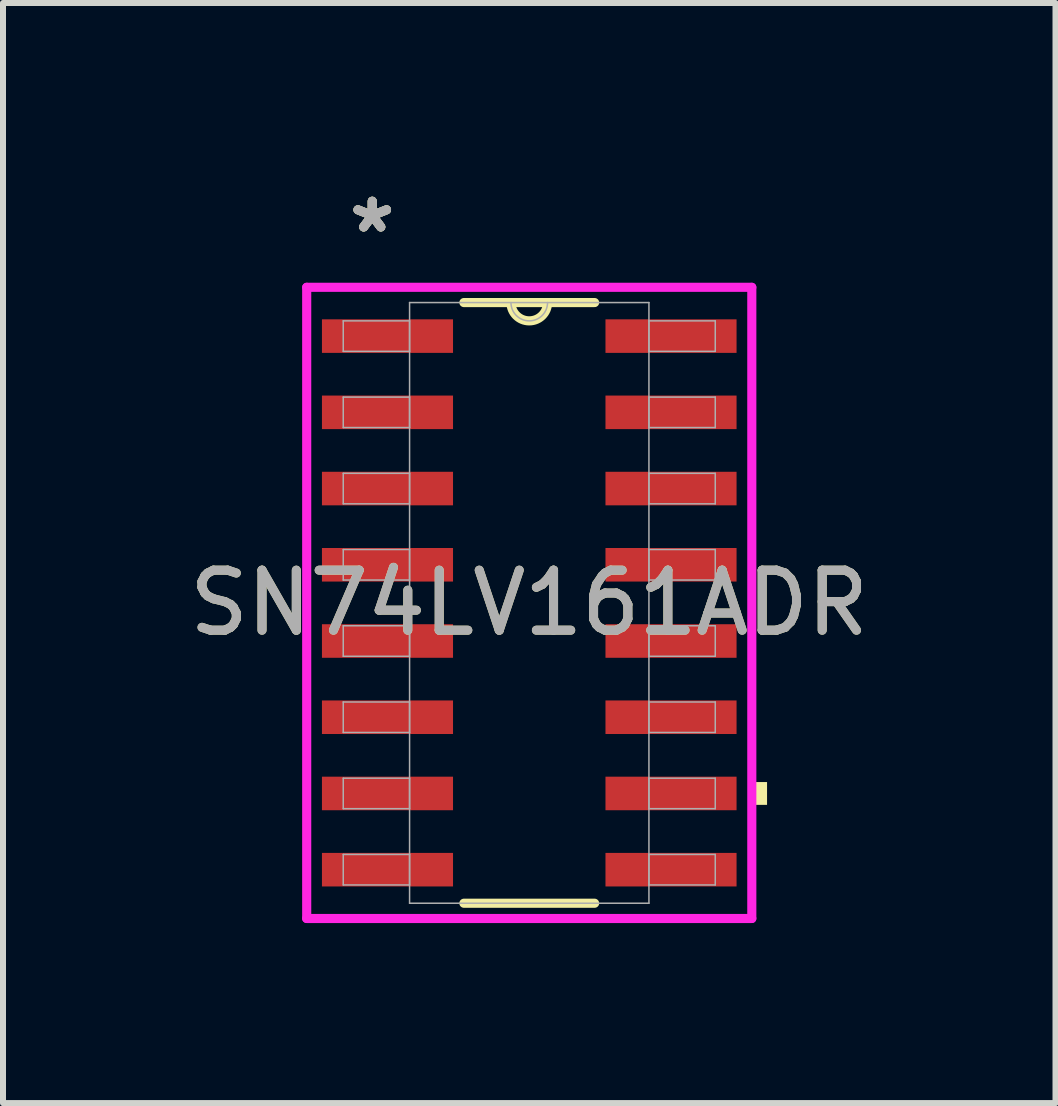
<source format=kicad_pcb>
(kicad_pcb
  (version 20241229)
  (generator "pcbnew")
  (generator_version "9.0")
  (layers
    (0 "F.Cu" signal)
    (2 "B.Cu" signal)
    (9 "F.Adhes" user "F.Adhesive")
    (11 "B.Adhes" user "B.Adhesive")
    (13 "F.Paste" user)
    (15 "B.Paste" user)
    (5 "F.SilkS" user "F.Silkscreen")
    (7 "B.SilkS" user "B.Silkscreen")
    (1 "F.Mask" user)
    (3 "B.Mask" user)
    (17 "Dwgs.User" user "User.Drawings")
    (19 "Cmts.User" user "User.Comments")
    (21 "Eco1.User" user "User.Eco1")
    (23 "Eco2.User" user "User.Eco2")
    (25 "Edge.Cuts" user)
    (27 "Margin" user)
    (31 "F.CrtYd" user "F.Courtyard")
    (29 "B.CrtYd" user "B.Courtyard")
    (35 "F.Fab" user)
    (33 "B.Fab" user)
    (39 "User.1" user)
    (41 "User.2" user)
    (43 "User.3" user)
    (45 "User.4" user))
  (footprint "SN74LV161ADR"
    (layer "F.Cu")
    (at 5.768 6.995)
    (property "Reference" "SN74LV161ADR" (at 0 0 0) (unlocked yes) (layer "F.SilkS") (effects (font (size 1 1) (thickness 0.15))))
    (attr smd)
    (fp_line (start -1.089 5.004) (end 1.089 5.004) (stroke (width 0.152) (type solid)) (layer "F.SilkS"))
    (fp_line (start 1.089 -5.004) (end -1.089 -5.004) (stroke (width 0.152) (type solid)) (layer "F.SilkS"))
    (fp_arc (start 0.3048 -5.0038) (mid 0 -4.699) (end -0.3048 -5.0038) (stroke (width 0.1524) (type solid)) (layer "F.SilkS"))
    (fp_poly (pts (xy 3.962 2.985) (xy 3.962 3.365) (xy 3.708 3.365) (xy 3.708 2.985)) (stroke (width 0) (type solid)) (fill yes) (layer "F.SilkS"))
    (fp_line (start -3.708 -5.258) (end 3.708 -5.258) (stroke (width 0.152) (type solid)) (layer "F.CrtYd"))
    (fp_line (start -3.708 5.258) (end -3.708 -5.258) (stroke (width 0.152) (type solid)) (layer "F.CrtYd"))
    (fp_line (start 3.708 -5.258) (end 3.708 5.258) (stroke (width 0.152) (type solid)) (layer "F.CrtYd"))
    (fp_line (start 3.708 5.258) (end -3.708 5.258) (stroke (width 0.152) (type solid)) (layer "F.CrtYd"))
    (fp_line (start -3.099 -4.699) (end -3.099 -4.191) (stroke (width 0.025) (type solid)) (layer "F.Fab"))
    (fp_line (start -3.099 -4.191) (end -1.994 -4.191) (stroke (width 0.025) (type solid)) (layer "F.Fab"))
    (fp_line (start -3.099 -3.429) (end -3.099 -2.921) (stroke (width 0.025) (type solid)) (layer "F.Fab"))
    (fp_line (start -3.099 -2.921) (end -1.994 -2.921) (stroke (width 0.025) (type solid)) (layer "F.Fab"))
    (fp_line (start -3.099 -2.159) (end -3.099 -1.651) (stroke (width 0.025) (type solid)) (layer "F.Fab"))
    (fp_line (start -3.099 -1.651) (end -1.994 -1.651) (stroke (width 0.025) (type solid)) (layer "F.Fab"))
    (fp_line (start -3.099 -0.889) (end -3.099 -0.381) (stroke (width 0.025) (type solid)) (layer "F.Fab"))
    (fp_line (start -3.099 -0.381) (end -1.994 -0.381) (stroke (width 0.025) (type solid)) (layer "F.Fab"))
    (fp_line (start -3.099 0.381) (end -3.099 0.889) (stroke (width 0.025) (type solid)) (layer "F.Fab"))
    (fp_line (start -3.099 0.889) (end -1.994 0.889) (stroke (width 0.025) (type solid)) (layer "F.Fab"))
    (fp_line (start -3.099 1.651) (end -3.099 2.159) (stroke (width 0.025) (type solid)) (layer "F.Fab"))
    (fp_line (start -3.099 2.159) (end -1.994 2.159) (stroke (width 0.025) (type solid)) (layer "F.Fab"))
    (fp_line (start -3.099 2.921) (end -3.099 3.429) (stroke (width 0.025) (type solid)) (layer "F.Fab"))
    (fp_line (start -3.099 3.429) (end -1.994 3.429) (stroke (width 0.025) (type solid)) (layer "F.Fab"))
    (fp_line (start -3.099 4.191) (end -3.099 4.699) (stroke (width 0.025) (type solid)) (layer "F.Fab"))
    (fp_line (start -3.099 4.699) (end -1.994 4.699) (stroke (width 0.025) (type solid)) (layer "F.Fab"))
    (fp_line (start -1.994 -5.004) (end -1.994 5.004) (stroke (width 0.025) (type solid)) (layer "F.Fab"))
    (fp_line (start -1.994 -4.699) (end -3.099 -4.699) (stroke (width 0.025) (type solid)) (layer "F.Fab"))
    (fp_line (start -1.994 -4.191) (end -1.994 -4.699) (stroke (width 0.025) (type solid)) (layer "F.Fab"))
    (fp_line (start -1.994 -3.429) (end -3.099 -3.429) (stroke (width 0.025) (type solid)) (layer "F.Fab"))
    (fp_line (start -1.994 -2.921) (end -1.994 -3.429) (stroke (width 0.025) (type solid)) (layer "F.Fab"))
    (fp_line (start -1.994 -2.159) (end -3.099 -2.159) (stroke (width 0.025) (type solid)) (layer "F.Fab"))
    (fp_line (start -1.994 -1.651) (end -1.994 -2.159) (stroke (width 0.025) (type solid)) (layer "F.Fab"))
    (fp_line (start -1.994 -0.889) (end -3.099 -0.889) (stroke (width 0.025) (type solid)) (layer "F.Fab"))
    (fp_line (start -1.994 -0.381) (end -1.994 -0.889) (stroke (width 0.025) (type solid)) (layer "F.Fab"))
    (fp_line (start -1.994 0.381) (end -3.099 0.381) (stroke (width 0.025) (type solid)) (layer "F.Fab"))
    (fp_line (start -1.994 0.889) (end -1.994 0.381) (stroke (width 0.025) (type solid)) (layer "F.Fab"))
    (fp_line (start -1.994 1.651) (end -3.099 1.651) (stroke (width 0.025) (type solid)) (layer "F.Fab"))
    (fp_line (start -1.994 2.159) (end -1.994 1.651) (stroke (width 0.025) (type solid)) (layer "F.Fab"))
    (fp_line (start -1.994 2.921) (end -3.099 2.921) (stroke (width 0.025) (type solid)) (layer "F.Fab"))
    (fp_line (start -1.994 3.429) (end -1.994 2.921) (stroke (width 0.025) (type solid)) (layer "F.Fab"))
    (fp_line (start -1.994 4.191) (end -3.099 4.191) (stroke (width 0.025) (type solid)) (layer "F.Fab"))
    (fp_line (start -1.994 4.699) (end -1.994 4.191) (stroke (width 0.025) (type solid)) (layer "F.Fab"))
    (fp_line (start -1.994 5.004) (end 1.994 5.004) (stroke (width 0.025) (type solid)) (layer "F.Fab"))
    (fp_line (start 1.994 -5.004) (end -1.994 -5.004) (stroke (width 0.025) (type solid)) (layer "F.Fab"))
    (fp_line (start 1.994 -4.699) (end 1.994 -4.191) (stroke (width 0.025) (type solid)) (layer "F.Fab"))
    (fp_line (start 1.994 -4.191) (end 3.099 -4.191) (stroke (width 0.025) (type solid)) (layer "F.Fab"))
    (fp_line (start 1.994 -3.429) (end 1.994 -2.921) (stroke (width 0.025) (type solid)) (layer "F.Fab"))
    (fp_line (start 1.994 -2.921) (end 3.099 -2.921) (stroke (width 0.025) (type solid)) (layer "F.Fab"))
    (fp_line (start 1.994 -2.159) (end 1.994 -1.651) (stroke (width 0.025) (type solid)) (layer "F.Fab"))
    (fp_line (start 1.994 -1.651) (end 3.099 -1.651) (stroke (width 0.025) (type solid)) (layer "F.Fab"))
    (fp_line (start 1.994 -0.889) (end 1.994 -0.381) (stroke (width 0.025) (type solid)) (layer "F.Fab"))
    (fp_line (start 1.994 -0.381) (end 3.099 -0.381) (stroke (width 0.025) (type solid)) (layer "F.Fab"))
    (fp_line (start 1.994 0.381) (end 1.994 0.889) (stroke (width 0.025) (type solid)) (layer "F.Fab"))
    (fp_line (start 1.994 0.889) (end 3.099 0.889) (stroke (width 0.025) (type solid)) (layer "F.Fab"))
    (fp_line (start 1.994 1.651) (end 1.994 2.159) (stroke (width 0.025) (type solid)) (layer "F.Fab"))
    (fp_line (start 1.994 2.159) (end 3.099 2.159) (stroke (width 0.025) (type solid)) (layer "F.Fab"))
    (fp_line (start 1.994 2.921) (end 1.994 3.429) (stroke (width 0.025) (type solid)) (layer "F.Fab"))
    (fp_line (start 1.994 3.429) (end 3.099 3.429) (stroke (width 0.025) (type solid)) (layer "F.Fab"))
    (fp_line (start 1.994 4.191) (end 1.994 4.699) (stroke (width 0.025) (type solid)) (layer "F.Fab"))
    (fp_line (start 1.994 4.699) (end 3.099 4.699) (stroke (width 0.025) (type solid)) (layer "F.Fab"))
    (fp_line (start 1.994 5.004) (end 1.994 -5.004) (stroke (width 0.025) (type solid)) (layer "F.Fab"))
    (fp_line (start 3.099 -4.699) (end 1.994 -4.699) (stroke (width 0.025) (type solid)) (layer "F.Fab"))
    (fp_line (start 3.099 -4.191) (end 3.099 -4.699) (stroke (width 0.025) (type solid)) (layer "F.Fab"))
    (fp_line (start 3.099 -3.429) (end 1.994 -3.429) (stroke (width 0.025) (type solid)) (layer "F.Fab"))
    (fp_line (start 3.099 -2.921) (end 3.099 -3.429) (stroke (width 0.025) (type solid)) (layer "F.Fab"))
    (fp_line (start 3.099 -2.159) (end 1.994 -2.159) (stroke (width 0.025) (type solid)) (layer "F.Fab"))
    (fp_line (start 3.099 -1.651) (end 3.099 -2.159) (stroke (width 0.025) (type solid)) (layer "F.Fab"))
    (fp_line (start 3.099 -0.889) (end 1.994 -0.889) (stroke (width 0.025) (type solid)) (layer "F.Fab"))
    (fp_line (start 3.099 -0.381) (end 3.099 -0.889) (stroke (width 0.025) (type solid)) (layer "F.Fab"))
    (fp_line (start 3.099 0.381) (end 1.994 0.381) (stroke (width 0.025) (type solid)) (layer "F.Fab"))
    (fp_line (start 3.099 0.889) (end 3.099 0.381) (stroke (width 0.025) (type solid)) (layer "F.Fab"))
    (fp_line (start 3.099 1.651) (end 1.994 1.651) (stroke (width 0.025) (type solid)) (layer "F.Fab"))
    (fp_line (start 3.099 2.159) (end 3.099 1.651) (stroke (width 0.025) (type solid)) (layer "F.Fab"))
    (fp_line (start 3.099 2.921) (end 1.994 2.921) (stroke (width 0.025) (type solid)) (layer "F.Fab"))
    (fp_line (start 3.099 3.429) (end 3.099 2.921) (stroke (width 0.025) (type solid)) (layer "F.Fab"))
    (fp_line (start 3.099 4.191) (end 1.994 4.191) (stroke (width 0.025) (type solid)) (layer "F.Fab"))
    (fp_line (start 3.099 4.699) (end 3.099 4.191) (stroke (width 0.025) (type solid)) (layer "F.Fab"))
    (fp_arc (start 0.3048 -5.0038) (mid 0 -4.699) (end -0.3048 -5.0038) (stroke (width 0.0254) (type solid)) (layer "F.Fab"))
    (fp_text user "*" (at -2.616 -6.147 0) (unlocked yes) (layer "F.SilkS") (effects (font (size 1 1) (thickness 0.15))))
    (fp_text user "*" (at -2.616 -6.147 0) (layer "F.SilkS") (effects (font (size 1 1) (thickness 0.15))))
    (fp_text user "*" (at -2.616 -6.147 0) (unlocked yes) (layer "F.Fab") (effects (font (size 1 1) (thickness 0.15))))
    (fp_text user "${REFERENCE}" (at 0 0 0) (unlocked yes) (layer "F.Fab") (effects (font (size 1 1) (thickness 0.15))))
    (fp_text user "*" (at -2.616 -6.147 0) (layer "F.Fab") (effects (font (size 1 1) (thickness 0.15))))
    (pad "1" smd rect (at -2.362 -4.445) (size 2.184 0.559) (layers "F.Cu" "F.Mask" "F.Paste"))
    (pad "2" smd rect (at -2.362 -3.175) (size 2.184 0.559) (layers "F.Cu" "F.Mask" "F.Paste"))
    (pad "3" smd rect (at -2.362 -1.905) (size 2.184 0.559) (layers "F.Cu" "F.Mask" "F.Paste"))
    (pad "4" smd rect (at -2.362 -0.635) (size 2.184 0.559) (layers "F.Cu" "F.Mask" "F.Paste"))
    (pad "5" smd rect (at -2.362 0.635) (size 2.184 0.559) (layers "F.Cu" "F.Mask" "F.Paste"))
    (pad "6" smd rect (at -2.362 1.905) (size 2.184 0.559) (layers "F.Cu" "F.Mask" "F.Paste"))
    (pad "7" smd rect (at -2.362 3.175) (size 2.184 0.559) (layers "F.Cu" "F.Mask" "F.Paste"))
    (pad "8" smd rect (at -2.362 4.445) (size 2.184 0.559) (layers "F.Cu" "F.Mask" "F.Paste"))
    (pad "9" smd rect (at 2.362 4.445) (size 2.184 0.559) (layers "F.Cu" "F.Mask" "F.Paste"))
    (pad "10" smd rect (at 2.362 3.175) (size 2.184 0.559) (layers "F.Cu" "F.Mask" "F.Paste"))
    (pad "11" smd rect (at 2.362 1.905) (size 2.184 0.559) (layers "F.Cu" "F.Mask" "F.Paste"))
    (pad "12" smd rect (at 2.362 0.635) (size 2.184 0.559) (layers "F.Cu" "F.Mask" "F.Paste"))
    (pad "13" smd rect (at 2.362 -0.635) (size 2.184 0.559) (layers "F.Cu" "F.Mask" "F.Paste"))
    (pad "14" smd rect (at 2.362 -1.905) (size 2.184 0.559) (layers "F.Cu" "F.Mask" "F.Paste"))
    (pad "15" smd rect (at 2.362 -3.175) (size 2.184 0.559) (layers "F.Cu" "F.Mask" "F.Paste"))
    (pad "16" smd rect (at 2.362 -4.445) (size 2.184 0.559) (layers "F.Cu" "F.Mask" "F.Paste")))
  (gr_rect
    (start -3 -3)
    (end 14.536 15.329)
    (stroke (width 0.1) (type default))
    (fill no)
    (layer "Edge.Cuts")))
</source>
